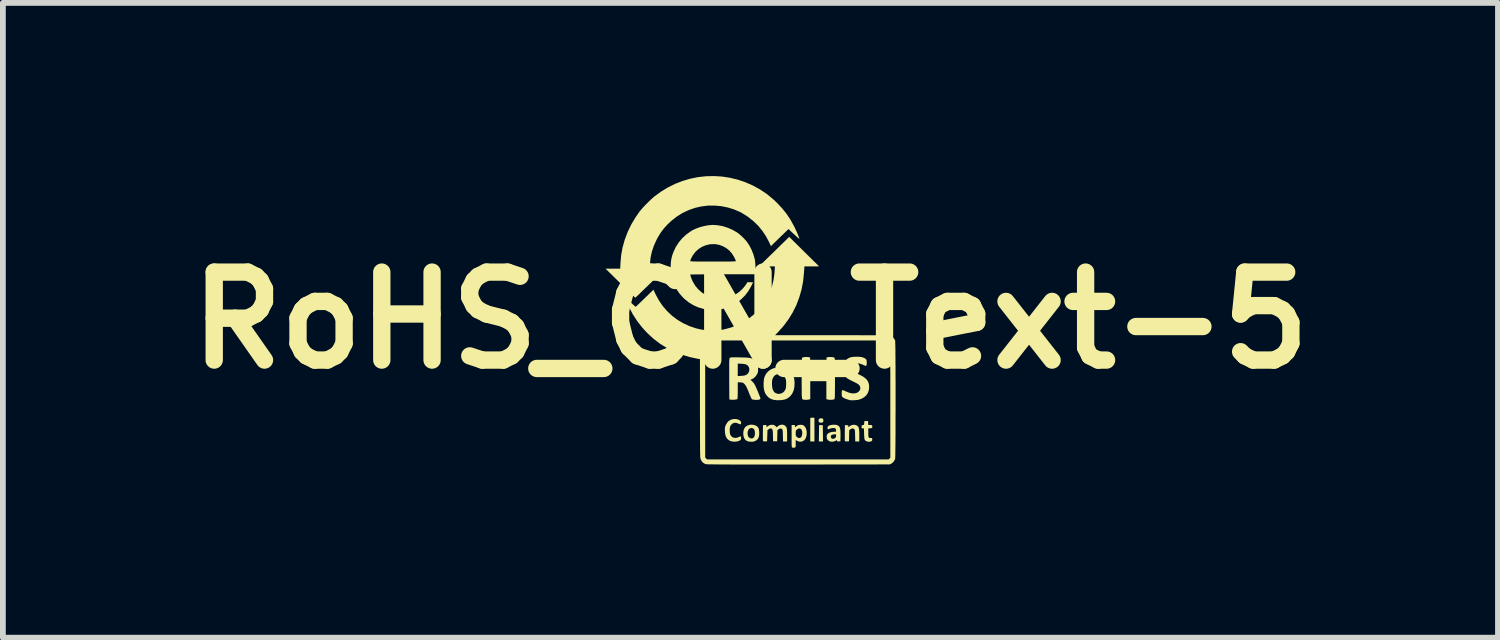
<source format=kicad_pcb>
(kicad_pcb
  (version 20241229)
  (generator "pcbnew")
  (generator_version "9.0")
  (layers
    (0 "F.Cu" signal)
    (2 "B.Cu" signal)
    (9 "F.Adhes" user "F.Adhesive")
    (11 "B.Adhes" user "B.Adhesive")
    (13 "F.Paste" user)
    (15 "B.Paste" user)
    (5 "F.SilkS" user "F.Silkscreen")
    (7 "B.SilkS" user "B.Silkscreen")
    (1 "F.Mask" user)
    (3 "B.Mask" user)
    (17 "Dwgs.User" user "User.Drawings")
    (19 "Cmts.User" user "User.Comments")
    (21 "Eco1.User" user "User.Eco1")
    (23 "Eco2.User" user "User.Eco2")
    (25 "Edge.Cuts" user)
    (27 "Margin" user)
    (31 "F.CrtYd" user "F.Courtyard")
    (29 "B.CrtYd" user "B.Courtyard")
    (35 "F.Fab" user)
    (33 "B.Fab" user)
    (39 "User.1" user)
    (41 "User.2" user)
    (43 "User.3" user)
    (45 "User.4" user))
  (footprint "RoHS_CN_Text-5"
    (layer "F.Cu")
    (at 9.95 2.498)
    (property "Reference" "RoHS_CN_Text-5" (at 0 0 0) (layer "F.SilkS") (effects (font (size 1.524 1.524) (thickness 0.3))))
    (attr board_only exclude_from_pos_files exclude_from_bom)
    (fp_poly (pts (xy 1.257 2.099) (xy 1.185 2.099) (xy 1.189 1.817) (xy 1.253 1.817)) (stroke (width 0) (type solid)) (fill yes) (layer "F.SilkS"))
    (fp_poly (pts (xy 1.091 1.688) (xy 1.108 1.692) (xy 1.108 2.099) (xy 1.036 2.099) (xy 1.036 1.692) (xy 1.055 1.688) (xy 1.075 1.686)) (stroke (width 0) (type solid)) (fill yes) (layer "F.SilkS"))
    (fp_poly (pts (xy 1.246 1.7) (xy 1.258 1.71) (xy 1.263 1.73) (xy 1.263 1.737) (xy 1.261 1.757) (xy 1.252 1.768) (xy 1.251 1.768) (xy 1.231 1.774) (xy 1.209 1.774) (xy 1.192 1.767) (xy 1.189 1.765) (xy 1.182 1.751) (xy 1.179 1.736) (xy 1.184 1.715) (xy 1.199 1.702) (xy 1.223 1.697) (xy 1.223 1.697)) (stroke (width 0) (type solid)) (fill yes) (layer "F.SilkS"))
    (fp_poly (pts (xy 1.815 1.812) (xy 1.844 1.824) (xy 1.85 1.828) (xy 1.862 1.839) (xy 1.871 1.852) (xy 1.877 1.869) (xy 1.881 1.891) (xy 1.884 1.921) (xy 1.885 1.961) (xy 1.885 1.992) (xy 1.885 2.099) (xy 1.815 2.099) (xy 1.813 1.998) (xy 1.812 1.96) (xy 1.811 1.932) (xy 1.809 1.913) (xy 1.807 1.901) (xy 1.804 1.893) (xy 1.799 1.887) (xy 1.795 1.884) (xy 1.776 1.874) (xy 1.756 1.875) (xy 1.734 1.887) (xy 1.732 1.889) (xy 1.711 1.905) (xy 1.709 2) (xy 1.707 2.096) (xy 1.673 2.098) (xy 1.65 2.098) (xy 1.638 2.094) (xy 1.635 2.091) (xy 1.635 2.082) (xy 1.634 2.062) (xy 1.634 2.034) (xy 1.634 1.999) (xy 1.634 1.959) (xy 1.634 1.95) (xy 1.636 1.817) (xy 1.665 1.817) (xy 1.683 1.818) (xy 1.692 1.821) (xy 1.695 1.83) (xy 1.696 1.835) (xy 1.698 1.853) (xy 1.717 1.837) (xy 1.748 1.818) (xy 1.782 1.81)) (stroke (width 0) (type solid)) (fill yes) (layer "F.SilkS"))
    (fp_poly (pts (xy 0.043 1.81) (xy 0.055 1.812) (xy 0.091 1.823) (xy 0.118 1.84) (xy 0.137 1.863) (xy 0.147 1.895) (xy 0.152 1.937) (xy 0.152 1.953) (xy 0.149 2) (xy 0.139 2.036) (xy 0.121 2.064) (xy 0.095 2.085) (xy 0.065 2.098) (xy 0.035 2.104) (xy 0.000203 2.104) (xy -0.034 2.1) (xy -0.047 2.096) (xy -0.08 2.079) (xy -0.103 2.053) (xy -0.118 2.018) (xy -0.124 1.974) (xy -0.125 1.96) (xy -0.123 1.944) (xy -0.05 1.944) (xy -0.049 1.979) (xy -0.048 1.984) (xy -0.039 2.012) (xy -0.021 2.033) (xy 0.001 2.045) (xy 0.026 2.047) (xy 0.046 2.04) (xy 0.062 2.024) (xy 0.073 1.998) (xy 0.078 1.963) (xy 0.078 1.956) (xy 0.074 1.918) (xy 0.064 1.89) (xy 0.046 1.873) (xy 0.02 1.866) (xy 0.013 1.866) (xy -0.011 1.872) (xy -0.03 1.888) (xy -0.043 1.913) (xy -0.05 1.944) (xy -0.123 1.944) (xy -0.12 1.912) (xy -0.106 1.873) (xy -0.084 1.844) (xy -0.051 1.823) (xy -0.017 1.812) (xy 0.014 1.808)) (stroke (width 0) (type solid)) (fill yes) (layer "F.SilkS"))
    (fp_poly (pts (xy 2.041 1.814) (xy 2.073 1.814) (xy 2.093 1.815) (xy 2.103 1.818) (xy 2.108 1.825) (xy 2.109 1.83) (xy 2.112 1.85) (xy 2.108 1.862) (xy 2.093 1.869) (xy 2.074 1.871) (xy 2.041 1.873) (xy 2.041 1.946) (xy 2.041 1.984) (xy 2.043 2.01) (xy 2.048 2.027) (xy 2.056 2.037) (xy 2.067 2.04) (xy 2.082 2.039) (xy 2.098 2.039) (xy 2.106 2.043) (xy 2.109 2.051) (xy 2.11 2.069) (xy 2.109 2.079) (xy 2.098 2.093) (xy 2.079 2.102) (xy 2.054 2.105) (xy 2.027 2.102) (xy 2.011 2.096) (xy 1.997 2.089) (xy 1.987 2.081) (xy 1.98 2.07) (xy 1.975 2.054) (xy 1.972 2.03) (xy 1.97 1.996) (xy 1.969 1.97) (xy 1.966 1.875) (xy 1.945 1.873) (xy 1.931 1.871) (xy 1.925 1.866) (xy 1.925 1.853) (xy 1.925 1.844) (xy 1.927 1.827) (xy 1.932 1.819) (xy 1.943 1.816) (xy 1.948 1.815) (xy 1.96 1.813) (xy 1.966 1.808) (xy 1.969 1.796) (xy 1.971 1.779) (xy 1.973 1.746) (xy 2.037 1.746)) (stroke (width 0) (type solid)) (fill yes) (layer "F.SilkS"))
    (fp_poly (pts (xy -0.228 1.715) (xy -0.2 1.725) (xy -0.178 1.74) (xy -0.165 1.758) (xy -0.162 1.773) (xy -0.164 1.793) (xy -0.17 1.802) (xy -0.183 1.801) (xy -0.204 1.792) (xy -0.241 1.778) (xy -0.275 1.776) (xy -0.306 1.786) (xy -0.331 1.807) (xy -0.347 1.83) (xy -0.354 1.849) (xy -0.358 1.871) (xy -0.359 1.9) (xy -0.359 1.911) (xy -0.357 1.95) (xy -0.35 1.98) (xy -0.337 2.003) (xy -0.317 2.022) (xy -0.315 2.024) (xy -0.292 2.034) (xy -0.262 2.038) (xy -0.231 2.034) (xy -0.203 2.024) (xy -0.199 2.022) (xy -0.18 2.012) (xy -0.169 2.013) (xy -0.163 2.024) (xy -0.162 2.04) (xy -0.165 2.061) (xy -0.176 2.077) (xy -0.198 2.089) (xy -0.217 2.096) (xy -0.267 2.104) (xy -0.317 2.1) (xy -0.339 2.095) (xy -0.376 2.077) (xy -0.406 2.049) (xy -0.427 2.012) (xy -0.439 1.965) (xy -0.443 1.908) (xy -0.443 1.907) (xy -0.443 1.877) (xy -0.441 1.855) (xy -0.436 1.837) (xy -0.428 1.816) (xy -0.422 1.805) (xy -0.4 1.769) (xy -0.375 1.743) (xy -0.343 1.725) (xy -0.331 1.72) (xy -0.296 1.712) (xy -0.261 1.71)) (stroke (width 0) (type solid)) (fill yes) (layer "F.SilkS"))
    (fp_poly (pts (xy 0.571 1.811) (xy 0.597 1.824) (xy 0.618 1.846) (xy 0.623 1.855) (xy 0.627 1.867) (xy 0.63 1.881) (xy 0.633 1.9) (xy 0.634 1.925) (xy 0.635 1.959) (xy 0.635 1.99) (xy 0.635 2.099) (xy 0.564 2.099) (xy 0.562 1.999) (xy 0.561 1.96) (xy 0.56 1.932) (xy 0.558 1.913) (xy 0.556 1.9) (xy 0.552 1.891) (xy 0.548 1.886) (xy 0.53 1.874) (xy 0.51 1.875) (xy 0.487 1.888) (xy 0.487 1.889) (xy 0.467 1.905) (xy 0.463 2.096) (xy 0.392 2.096) (xy 0.39 2.008) (xy 0.389 1.967) (xy 0.388 1.937) (xy 0.386 1.916) (xy 0.383 1.902) (xy 0.379 1.892) (xy 0.374 1.884) (xy 0.372 1.882) (xy 0.355 1.873) (xy 0.334 1.876) (xy 0.314 1.888) (xy 0.295 1.903) (xy 0.288 2.096) (xy 0.254 2.098) (xy 0.231 2.098) (xy 0.219 2.094) (xy 0.217 2.091) (xy 0.216 2.082) (xy 0.215 2.062) (xy 0.215 2.034) (xy 0.215 1.999) (xy 0.215 1.959) (xy 0.215 1.95) (xy 0.217 1.817) (xy 0.248 1.815) (xy 0.266 1.814) (xy 0.275 1.816) (xy 0.278 1.824) (xy 0.279 1.833) (xy 0.279 1.854) (xy 0.298 1.837) (xy 0.329 1.818) (xy 0.362 1.81) (xy 0.394 1.811) (xy 0.423 1.823) (xy 0.435 1.834) (xy 0.454 1.853) (xy 0.479 1.832) (xy 0.509 1.815) (xy 0.541 1.808)) (stroke (width 0) (type solid)) (fill yes) (layer "F.SilkS"))
    (fp_poly (pts (xy 1.49 1.813) (xy 1.494 1.814) (xy 1.516 1.823) (xy 1.533 1.835) (xy 1.545 1.853) (xy 1.553 1.877) (xy 1.558 1.909) (xy 1.56 1.95) (xy 1.56 2.003) (xy 1.56 2.005) (xy 1.558 2.096) (xy 1.53 2.098) (xy 1.512 2.098) (xy 1.503 2.095) (xy 1.498 2.086) (xy 1.496 2.078) (xy 1.491 2.077) (xy 1.481 2.083) (xy 1.475 2.087) (xy 1.448 2.099) (xy 1.415 2.104) (xy 1.382 2.1) (xy 1.363 2.093) (xy 1.338 2.075) (xy 1.324 2.049) (xy 1.32 2.018) (xy 1.393 2.018) (xy 1.398 2.038) (xy 1.411 2.05) (xy 1.43 2.054) (xy 1.452 2.049) (xy 1.466 2.04) (xy 1.478 2.027) (xy 1.483 2.01) (xy 1.483 2) (xy 1.483 1.974) (xy 1.448 1.977) (xy 1.42 1.981) (xy 1.403 1.99) (xy 1.394 2.003) (xy 1.393 2.018) (xy 1.32 2.018) (xy 1.319 2.015) (xy 1.319 2.013) (xy 1.325 1.984) (xy 1.342 1.961) (xy 1.37 1.945) (xy 1.408 1.935) (xy 1.436 1.932) (xy 1.483 1.929) (xy 1.483 1.907) (xy 1.48 1.889) (xy 1.473 1.876) (xy 1.473 1.876) (xy 1.458 1.868) (xy 1.435 1.866) (xy 1.408 1.869) (xy 1.38 1.876) (xy 1.374 1.879) (xy 1.353 1.887) (xy 1.34 1.886) (xy 1.335 1.875) (xy 1.336 1.858) (xy 1.339 1.843) (xy 1.349 1.832) (xy 1.363 1.824) (xy 1.391 1.815) (xy 1.425 1.81) (xy 1.46 1.809)) (stroke (width 0) (type solid)) (fill yes) (layer "F.SilkS"))
    (fp_poly (pts (xy 0.896 1.812) (xy 0.916 1.819) (xy 0.924 1.824) (xy 0.947 1.848) (xy 0.963 1.88) (xy 0.973 1.918) (xy 0.975 1.96) (xy 0.971 2.001) (xy 0.958 2.039) (xy 0.957 2.042) (xy 0.944 2.065) (xy 0.93 2.08) (xy 0.912 2.091) (xy 0.909 2.093) (xy 0.875 2.103) (xy 0.84 2.102) (xy 0.808 2.089) (xy 0.804 2.086) (xy 0.784 2.072) (xy 0.784 2.137) (xy 0.784 2.166) (xy 0.783 2.185) (xy 0.781 2.196) (xy 0.777 2.202) (xy 0.771 2.204) (xy 0.769 2.205) (xy 0.745 2.208) (xy 0.724 2.205) (xy 0.721 2.203) (xy 0.718 2.199) (xy 0.716 2.191) (xy 0.715 2.178) (xy 0.714 2.159) (xy 0.713 2.132) (xy 0.713 2.096) (xy 0.713 2.049) (xy 0.713 2.008) (xy 0.713 1.958) (xy 0.784 1.958) (xy 0.784 1.982) (xy 0.786 1.998) (xy 0.792 2.009) (xy 0.801 2.019) (xy 0.804 2.022) (xy 0.827 2.037) (xy 0.85 2.041) (xy 0.87 2.032) (xy 0.882 2.02) (xy 0.892 1.997) (xy 0.897 1.968) (xy 0.897 1.937) (xy 0.891 1.909) (xy 0.883 1.893) (xy 0.865 1.877) (xy 0.844 1.873) (xy 0.82 1.882) (xy 0.807 1.892) (xy 0.795 1.903) (xy 0.788 1.913) (xy 0.785 1.926) (xy 0.784 1.947) (xy 0.784 1.958) (xy 0.713 1.958) (xy 0.713 1.814) (xy 0.742 1.814) (xy 0.76 1.814) (xy 0.768 1.818) (xy 0.771 1.826) (xy 0.771 1.833) (xy 0.771 1.852) (xy 0.801 1.832) (xy 0.821 1.819) (xy 0.839 1.813) (xy 0.862 1.811) (xy 0.868 1.811)) (stroke (width 0) (type solid)) (fill yes) (layer "F.SilkS"))
    (fp_poly (pts (xy 0.525 0.818) (xy 0.586 0.826) (xy 0.638 0.844) (xy 0.681 0.871) (xy 0.715 0.907) (xy 0.74 0.952) (xy 0.757 1.007) (xy 0.764 1.071) (xy 0.764 1.095) (xy 0.76 1.162) (xy 0.746 1.222) (xy 0.722 1.273) (xy 0.69 1.315) (xy 0.649 1.348) (xy 0.611 1.367) (xy 0.579 1.376) (xy 0.539 1.382) (xy 0.495 1.385) (xy 0.451 1.384) (xy 0.413 1.38) (xy 0.397 1.377) (xy 0.36 1.365) (xy 0.332 1.35) (xy 0.306 1.33) (xy 0.296 1.319) (xy 0.267 1.285) (xy 0.247 1.245) (xy 0.234 1.199) (xy 0.228 1.144) (xy 0.228 1.108) (xy 0.373 1.108) (xy 0.375 1.147) (xy 0.381 1.182) (xy 0.388 1.203) (xy 0.402 1.23) (xy 0.417 1.249) (xy 0.437 1.261) (xy 0.451 1.267) (xy 0.474 1.274) (xy 0.492 1.275) (xy 0.514 1.272) (xy 0.527 1.269) (xy 0.56 1.255) (xy 0.587 1.229) (xy 0.605 1.199) (xy 0.611 1.182) (xy 0.615 1.162) (xy 0.617 1.138) (xy 0.618 1.104) (xy 0.618 1.101) (xy 0.618 1.069) (xy 0.616 1.045) (xy 0.613 1.027) (xy 0.607 1.009) (xy 0.601 0.997) (xy 0.582 0.965) (xy 0.557 0.943) (xy 0.526 0.933) (xy 0.5 0.931) (xy 0.459 0.936) (xy 0.427 0.951) (xy 0.401 0.978) (xy 0.385 1.007) (xy 0.377 1.034) (xy 0.373 1.069) (xy 0.373 1.108) (xy 0.228 1.108) (xy 0.228 1.087) (xy 0.231 1.047) (xy 0.235 1.015) (xy 0.241 0.989) (xy 0.246 0.976) (xy 0.271 0.927) (xy 0.306 0.886) (xy 0.349 0.854) (xy 0.4 0.832) (xy 0.458 0.819) (xy 0.522 0.818)) (stroke (width 0) (type solid)) (fill yes) (layer "F.SilkS"))
    (fp_poly (pts (xy 1.413 0.638) (xy 1.437 0.641) (xy 1.452 0.646) (xy 1.454 0.648) (xy 1.456 0.651) (xy 1.458 0.657) (xy 1.46 0.668) (xy 1.461 0.683) (xy 1.462 0.705) (xy 1.463 0.734) (xy 1.463 0.771) (xy 1.464 0.817) (xy 1.464 0.873) (xy 1.464 0.94) (xy 1.464 1.007) (xy 1.464 1.086) (xy 1.464 1.153) (xy 1.463 1.208) (xy 1.463 1.254) (xy 1.462 1.29) (xy 1.462 1.318) (xy 1.46 1.339) (xy 1.459 1.353) (xy 1.457 1.362) (xy 1.456 1.366) (xy 1.455 1.366) (xy 1.441 1.372) (xy 1.419 1.376) (xy 1.392 1.378) (xy 1.366 1.377) (xy 1.343 1.374) (xy 1.343 1.374) (xy 1.315 1.366) (xy 1.315 1.056) (xy 1.036 1.056) (xy 1.036 1.366) (xy 1.012 1.373) (xy 0.979 1.378) (xy 0.942 1.378) (xy 0.92 1.375) (xy 0.913 1.374) (xy 0.907 1.372) (xy 0.902 1.369) (xy 0.898 1.364) (xy 0.895 1.355) (xy 0.892 1.342) (xy 0.891 1.324) (xy 0.889 1.299) (xy 0.888 1.267) (xy 0.888 1.226) (xy 0.888 1.175) (xy 0.887 1.115) (xy 0.887 1.042) (xy 0.887 1.007) (xy 0.888 0.93) (xy 0.888 0.864) (xy 0.888 0.81) (xy 0.888 0.765) (xy 0.889 0.729) (xy 0.89 0.701) (xy 0.891 0.681) (xy 0.892 0.666) (xy 0.893 0.656) (xy 0.895 0.65) (xy 0.897 0.648) (xy 0.91 0.642) (xy 0.932 0.638) (xy 0.958 0.636) (xy 0.984 0.636) (xy 1.006 0.638) (xy 1.011 0.639) (xy 1.033 0.645) (xy 1.04 0.93) (xy 1.312 0.93) (xy 1.318 0.645) (xy 1.341 0.639) (xy 1.361 0.636) (xy 1.387 0.636)) (stroke (width 0) (type solid)) (fill yes) (layer "F.SilkS"))
    (fp_poly (pts (xy 1.873 0.632) (xy 1.901 0.634) (xy 1.922 0.637) (xy 1.942 0.642) (xy 1.953 0.646) (xy 1.982 0.659) (xy 2 0.672) (xy 2.01 0.689) (xy 2.014 0.713) (xy 2.015 0.731) (xy 2.014 0.755) (xy 2.011 0.774) (xy 2.008 0.784) (xy 2.006 0.788) (xy 2.002 0.79) (xy 1.996 0.79) (xy 1.985 0.786) (xy 1.967 0.779) (xy 1.94 0.767) (xy 1.927 0.762) (xy 1.889 0.75) (xy 1.85 0.745) (xy 1.813 0.747) (xy 1.784 0.756) (xy 1.76 0.773) (xy 1.746 0.797) (xy 1.743 0.824) (xy 1.749 0.851) (xy 1.761 0.869) (xy 1.769 0.878) (xy 1.778 0.886) (xy 1.788 0.893) (xy 1.802 0.901) (xy 1.822 0.911) (xy 1.85 0.925) (xy 1.887 0.943) (xy 1.892 0.945) (xy 1.946 0.973) (xy 1.988 1.003) (xy 2.019 1.034) (xy 2.04 1.069) (xy 2.052 1.108) (xy 2.056 1.153) (xy 2.051 1.208) (xy 2.035 1.257) (xy 2.008 1.299) (xy 1.97 1.333) (xy 1.922 1.36) (xy 1.874 1.377) (xy 1.854 1.38) (xy 1.827 1.383) (xy 1.796 1.385) (xy 1.766 1.386) (xy 1.741 1.386) (xy 1.723 1.384) (xy 1.72 1.383) (xy 1.711 1.38) (xy 1.693 1.375) (xy 1.67 1.368) (xy 1.667 1.367) (xy 1.634 1.355) (xy 1.608 1.341) (xy 1.601 1.335) (xy 1.59 1.325) (xy 1.584 1.314) (xy 1.582 1.301) (xy 1.581 1.28) (xy 1.581 1.268) (xy 1.581 1.238) (xy 1.585 1.22) (xy 1.593 1.211) (xy 1.607 1.212) (xy 1.629 1.221) (xy 1.65 1.231) (xy 1.7 1.252) (xy 1.749 1.265) (xy 1.793 1.267) (xy 1.832 1.261) (xy 1.864 1.246) (xy 1.888 1.221) (xy 1.892 1.216) (xy 1.903 1.187) (xy 1.901 1.157) (xy 1.892 1.135) (xy 1.88 1.12) (xy 1.863 1.105) (xy 1.838 1.09) (xy 1.804 1.073) (xy 1.775 1.059) (xy 1.718 1.031) (xy 1.674 1.003) (xy 1.64 0.973) (xy 1.616 0.94) (xy 1.601 0.904) (xy 1.594 0.862) (xy 1.594 0.842) (xy 1.596 0.796) (xy 1.606 0.758) (xy 1.623 0.725) (xy 1.648 0.696) (xy 1.677 0.671) (xy 1.705 0.653) (xy 1.738 0.641) (xy 1.777 0.634) (xy 1.824 0.632) (xy 1.836 0.632)) (stroke (width 0) (type solid)) (fill yes) (layer "F.SilkS"))
    (fp_poly (pts (xy -0.495 -2.49) (xy -0.358 -2.469) (xy -0.223 -2.437) (xy -0.09 -2.392) (xy 0.04 -2.335) (xy 0.048 -2.331) (xy 0.171 -2.263) (xy 0.285 -2.186) (xy 0.393 -2.097) (xy 0.463 -2.031) (xy 0.549 -1.939) (xy 0.624 -1.845) (xy 0.691 -1.746) (xy 0.75 -1.639) (xy 0.771 -1.597) (xy 0.788 -1.561) (xy 0.804 -1.525) (xy 0.819 -1.491) (xy 0.831 -1.46) (xy 0.841 -1.435) (xy 0.846 -1.417) (xy 0.847 -1.409) (xy 0.847 -1.409) (xy 0.842 -1.413) (xy 0.829 -1.424) (xy 0.809 -1.441) (xy 0.785 -1.464) (xy 0.756 -1.49) (xy 0.752 -1.493) (xy 0.659 -1.58) (xy 0.506 -1.432) (xy 0.354 -1.284) (xy 0.327 -1.345) (xy 0.272 -1.45) (xy 0.207 -1.548) (xy 0.133 -1.638) (xy 0.048 -1.72) (xy -0.044 -1.793) (xy -0.144 -1.856) (xy -0.186 -1.878) (xy -0.289 -1.922) (xy -0.397 -1.955) (xy -0.509 -1.977) (xy -0.623 -1.987) (xy -0.737 -1.986) (xy -0.85 -1.972) (xy -0.961 -1.947) (xy -0.963 -1.946) (xy -1.074 -1.907) (xy -1.179 -1.857) (xy -1.278 -1.795) (xy -1.371 -1.722) (xy -1.432 -1.665) (xy -1.498 -1.593) (xy -1.554 -1.519) (xy -1.603 -1.439) (xy -1.629 -1.39) (xy -1.674 -1.289) (xy -1.707 -1.191) (xy -1.729 -1.092) (xy -1.74 -0.99) (xy -1.741 -0.973) (xy -1.744 -0.894) (xy -1.611 -0.892) (xy -1.478 -0.891) (xy -1.734 -0.641) (xy -1.782 -0.595) (xy -1.827 -0.551) (xy -1.869 -0.511) (xy -1.906 -0.475) (xy -1.937 -0.444) (xy -1.963 -0.42) (xy -1.982 -0.402) (xy -1.992 -0.392) (xy -1.994 -0.391) (xy -2 -0.395) (xy -2.013 -0.407) (xy -2.034 -0.427) (xy -2.062 -0.454) (xy -2.096 -0.486) (xy -2.134 -0.524) (xy -2.177 -0.566) (xy -2.223 -0.611) (xy -2.254 -0.641) (xy -2.51 -0.894) (xy -2.256 -0.894) (xy -2.252 -0.986) (xy -2.24 -1.126) (xy -2.215 -1.263) (xy -2.177 -1.398) (xy -2.127 -1.53) (xy -2.065 -1.659) (xy -1.991 -1.783) (xy -1.922 -1.882) (xy -1.893 -1.917) (xy -1.856 -1.959) (xy -1.815 -2.002) (xy -1.771 -2.047) (xy -1.727 -2.089) (xy -1.686 -2.126) (xy -1.662 -2.146) (xy -1.547 -2.23) (xy -1.427 -2.303) (xy -1.303 -2.364) (xy -1.174 -2.414) (xy -1.041 -2.453) (xy -0.906 -2.48) (xy -0.77 -2.495) (xy -0.632 -2.498)) (stroke (width 0) (type solid)) (fill yes) (layer "F.SilkS"))
    (fp_poly (pts (xy -0.24 0.642) (xy -0.192 0.643) (xy -0.188 0.643) (xy -0.132 0.644) (xy -0.086 0.645) (xy -0.05 0.648) (xy -0.022 0.651) (xy 0.002 0.656) (xy 0.021 0.663) (xy 0.039 0.672) (xy 0.057 0.684) (xy 0.066 0.69) (xy 0.097 0.719) (xy 0.118 0.756) (xy 0.13 0.801) (xy 0.133 0.842) (xy 0.132 0.872) (xy 0.13 0.894) (xy 0.124 0.913) (xy 0.115 0.934) (xy 0.088 0.974) (xy 0.053 1.005) (xy 0.023 1.021) (xy -0.001 1.031) (xy 0.027 1.056) (xy 0.047 1.076) (xy 0.065 1.1) (xy 0.072 1.112) (xy 0.083 1.133) (xy 0.096 1.161) (xy 0.11 1.193) (xy 0.125 1.228) (xy 0.139 1.263) (xy 0.152 1.295) (xy 0.163 1.323) (xy 0.17 1.344) (xy 0.174 1.357) (xy 0.174 1.359) (xy 0.166 1.367) (xy 0.151 1.375) (xy 0.149 1.375) (xy 0.129 1.378) (xy 0.103 1.379) (xy 0.076 1.378) (xy 0.051 1.375) (xy 0.031 1.371) (xy 0.023 1.366) (xy 0.018 1.357) (xy 0.009 1.339) (xy -0.003 1.312) (xy -0.017 1.28) (xy -0.029 1.248) (xy -0.047 1.205) (xy -0.061 1.172) (xy -0.074 1.147) (xy -0.085 1.128) (xy -0.097 1.113) (xy -0.1 1.109) (xy -0.115 1.094) (xy -0.127 1.084) (xy -0.14 1.08) (xy -0.159 1.077) (xy -0.174 1.076) (xy -0.22 1.074) (xy -0.22 1.216) (xy -0.22 1.265) (xy -0.221 1.302) (xy -0.222 1.329) (xy -0.223 1.347) (xy -0.226 1.359) (xy -0.228 1.365) (xy -0.229 1.366) (xy -0.241 1.371) (xy -0.262 1.374) (xy -0.287 1.377) (xy -0.313 1.377) (xy -0.336 1.376) (xy -0.347 1.375) (xy -0.366 1.37) (xy -0.368 1.018) (xy -0.368 0.941) (xy -0.368 0.876) (xy -0.368 0.822) (xy -0.368 0.777) (xy -0.368 0.75) (xy -0.22 0.75) (xy -0.22 0.967) (xy -0.158 0.963) (xy -0.123 0.96) (xy -0.098 0.955) (xy -0.078 0.948) (xy -0.07 0.944) (xy -0.044 0.924) (xy -0.028 0.897) (xy -0.02 0.867) (xy -0.02 0.836) (xy -0.03 0.807) (xy -0.048 0.783) (xy -0.067 0.77) (xy -0.087 0.762) (xy -0.114 0.757) (xy -0.15 0.753) (xy -0.157 0.753) (xy -0.22 0.75) (xy -0.368 0.75) (xy -0.368 0.742) (xy -0.367 0.714) (xy -0.366 0.693) (xy -0.365 0.678) (xy -0.364 0.667) (xy -0.362 0.66) (xy -0.36 0.655) (xy -0.358 0.653) (xy -0.354 0.649) (xy -0.348 0.646) (xy -0.339 0.644) (xy -0.326 0.643) (xy -0.306 0.642) (xy -0.278 0.642)) (stroke (width 0) (type solid)) (fill yes) (layer "F.SilkS"))
    (fp_poly (pts (xy -0.565 -1.646) (xy -0.479 -1.63) (xy -0.394 -1.603) (xy -0.313 -1.568) (xy -0.238 -1.525) (xy -0.23 -1.52) (xy -0.197 -1.495) (xy -0.159 -1.462) (xy -0.121 -1.426) (xy -0.087 -1.389) (xy -0.058 -1.355) (xy -0.058 -1.354) (xy -0.016 -1.29) (xy 0.021 -1.218) (xy 0.051 -1.141) (xy 0.073 -1.063) (xy 0.078 -1.036) (xy 0.082 -1.01) (xy 0.084 -0.977) (xy 0.086 -0.94) (xy 0.087 -0.902) (xy 0.086 -0.867) (xy 0.085 -0.837) (xy 0.083 -0.817) (xy 0.082 -0.815) (xy 0.077 -0.797) (xy -0.483 -0.797) (xy -0.567 -0.797) (xy -0.647 -0.797) (xy -0.722 -0.796) (xy -0.792 -0.796) (xy -0.855 -0.795) (xy -0.911 -0.795) (xy -0.958 -0.794) (xy -0.995 -0.794) (xy -1.023 -0.793) (xy -1.039 -0.792) (xy -1.043 -0.791) (xy -1.04 -0.777) (xy -1.033 -0.754) (xy -1.023 -0.726) (xy -1.011 -0.696) (xy -0.998 -0.668) (xy -0.997 -0.667) (xy -0.955 -0.596) (xy -0.903 -0.535) (xy -0.842 -0.481) (xy -0.772 -0.438) (xy -0.695 -0.404) (xy -0.687 -0.401) (xy -0.614 -0.383) (xy -0.538 -0.376) (xy -0.461 -0.379) (xy -0.386 -0.393) (xy -0.322 -0.415) (xy -0.255 -0.45) (xy -0.191 -0.494) (xy -0.135 -0.547) (xy -0.088 -0.604) (xy -0.085 -0.609) (xy -0.072 -0.629) (xy -0.062 -0.645) (xy -0.057 -0.654) (xy -0.057 -0.654) (xy -0.05 -0.658) (xy -0.031 -0.66) (xy -0.005 -0.659) (xy 0.045 -0.658) (xy 0.013 -0.592) (xy -0.035 -0.508) (xy -0.093 -0.431) (xy -0.16 -0.364) (xy -0.234 -0.305) (xy -0.316 -0.257) (xy -0.403 -0.22) (xy -0.495 -0.194) (xy -0.509 -0.191) (xy -0.538 -0.186) (xy -0.575 -0.183) (xy -0.614 -0.18) (xy -0.652 -0.178) (xy -0.685 -0.178) (xy -0.71 -0.179) (xy -0.713 -0.179) (xy -0.813 -0.197) (xy -0.905 -0.224) (xy -0.989 -0.261) (xy -1.067 -0.309) (xy -1.14 -0.367) (xy -1.174 -0.4) (xy -1.233 -0.468) (xy -1.282 -0.54) (xy -1.322 -0.619) (xy -1.354 -0.706) (xy -1.365 -0.744) (xy -1.372 -0.77) (xy -1.376 -0.794) (xy -1.379 -0.818) (xy -1.381 -0.847) (xy -1.382 -0.882) (xy -1.382 -0.91) (xy -1.381 -0.975) (xy -1.376 -1.028) (xy -1.043 -1.028) (xy -1.042 -1.025) (xy -1.039 -1.024) (xy -1.033 -1.022) (xy -1.023 -1.021) (xy -1.007 -1.02) (xy -0.986 -1.019) (xy -0.957 -1.018) (xy -0.921 -1.018) (xy -0.876 -1.017) (xy -0.821 -1.017) (xy -0.756 -1.017) (xy -0.678 -1.017) (xy -0.648 -1.017) (xy -0.565 -1.017) (xy -0.494 -1.017) (xy -0.435 -1.017) (xy -0.385 -1.018) (xy -0.345 -1.018) (xy -0.314 -1.019) (xy -0.29 -1.02) (xy -0.273 -1.021) (xy -0.262 -1.022) (xy -0.255 -1.024) (xy -0.253 -1.026) (xy -0.253 -1.026) (xy -0.255 -1.035) (xy -0.263 -1.053) (xy -0.274 -1.077) (xy -0.282 -1.093) (xy -0.319 -1.154) (xy -0.365 -1.207) (xy -0.419 -1.25) (xy -0.48 -1.284) (xy -0.544 -1.307) (xy -0.613 -1.319) (xy -0.683 -1.318) (xy -0.704 -1.316) (xy -0.776 -1.299) (xy -0.842 -1.271) (xy -0.902 -1.232) (xy -0.954 -1.184) (xy -0.998 -1.126) (xy -1.021 -1.084) (xy -1.031 -1.061) (xy -1.039 -1.042) (xy -1.043 -1.029) (xy -1.043 -1.028) (xy -1.376 -1.028) (xy -1.375 -1.032) (xy -1.366 -1.084) (xy -1.351 -1.137) (xy -1.333 -1.185) (xy -1.293 -1.27) (xy -1.242 -1.349) (xy -1.181 -1.422) (xy -1.11 -1.487) (xy -1.032 -1.543) (xy -0.998 -1.563) (xy -0.944 -1.588) (xy -0.882 -1.611) (xy -0.815 -1.629) (xy -0.747 -1.643) (xy -0.683 -1.65) (xy -0.648 -1.652)) (stroke (width 0) (type solid)) (fill yes) (layer "F.SilkS"))
    (fp_poly (pts (xy 0.93 -1.189) (xy 1.189 -0.934) (xy 1.062 -0.933) (xy 0.935 -0.933) (xy 0.927 -0.82) (xy 0.912 -0.672) (xy 0.884 -0.529) (xy 0.844 -0.392) (xy 0.794 -0.26) (xy 0.731 -0.134) (xy 0.657 -0.014) (xy 0.572 0.1) (xy 0.484 0.199) (xy 0.426 0.259) (xy 1.416 0.259) (xy 1.549 0.259) (xy 1.669 0.259) (xy 1.778 0.259) (xy 1.875 0.259) (xy 1.962 0.26) (xy 2.039 0.26) (xy 2.107 0.26) (xy 2.166 0.26) (xy 2.218 0.261) (xy 2.262 0.261) (xy 2.299 0.261) (xy 2.33 0.262) (xy 2.355 0.263) (xy 2.376 0.263) (xy 2.392 0.264) (xy 2.405 0.265) (xy 2.414 0.266) (xy 2.422 0.268) (xy 2.427 0.269) (xy 2.431 0.271) (xy 2.433 0.271) (xy 2.461 0.29) (xy 2.486 0.315) (xy 2.503 0.344) (xy 2.507 0.354) (xy 2.508 0.364) (xy 2.508 0.386) (xy 2.509 0.42) (xy 2.51 0.463) (xy 2.511 0.516) (xy 2.511 0.578) (xy 2.512 0.647) (xy 2.512 0.723) (xy 2.513 0.805) (xy 2.513 0.893) (xy 2.513 0.985) (xy 2.514 1.08) (xy 2.514 1.178) (xy 2.514 1.277) (xy 2.514 1.378) (xy 2.514 1.478) (xy 2.514 1.578) (xy 2.513 1.675) (xy 2.513 1.771) (xy 2.513 1.863) (xy 2.513 1.95) (xy 2.512 2.033) (xy 2.512 2.109) (xy 2.511 2.179) (xy 2.51 2.24) (xy 2.51 2.294) (xy 2.509 2.338) (xy 2.508 2.371) (xy 2.507 2.393) (xy 2.506 2.404) (xy 2.506 2.404) (xy 2.487 2.44) (xy 2.46 2.47) (xy 2.44 2.483) (xy 2.413 2.497) (xy 0.829 2.499) (xy 0.656 2.499) (xy 0.496 2.499) (xy 0.348 2.499) (xy 0.211 2.499) (xy 0.086 2.499) (xy -0.029 2.499) (xy -0.134 2.499) (xy -0.229 2.499) (xy -0.314 2.499) (xy -0.391 2.498) (xy -0.459 2.498) (xy -0.519 2.498) (xy -0.571 2.497) (xy -0.617 2.497) (xy -0.656 2.496) (xy -0.688 2.496) (xy -0.715 2.495) (xy -0.737 2.495) (xy -0.753 2.494) (xy -0.766 2.493) (xy -0.774 2.492) (xy -0.779 2.491) (xy -0.779 2.491) (xy -0.816 2.472) (xy -0.844 2.443) (xy -0.863 2.405) (xy -0.865 2.401) (xy -0.866 2.395) (xy -0.867 2.386) (xy -0.868 2.378) (xy -0.784 2.378) (xy -0.768 2.394) (xy -0.752 2.41) (xy 2.393 2.41) (xy 2.423 2.382) (xy 2.423 1.38) (xy 2.423 1.246) (xy 2.423 1.124) (xy 2.423 1.014) (xy 2.423 0.915) (xy 2.422 0.827) (xy 2.422 0.748) (xy 2.422 0.679) (xy 2.422 0.619) (xy 2.421 0.567) (xy 2.421 0.522) (xy 2.42 0.485) (xy 2.42 0.454) (xy 2.419 0.428) (xy 2.418 0.408) (xy 2.417 0.393) (xy 2.416 0.381) (xy 2.415 0.373) (xy 2.414 0.368) (xy 2.413 0.364) (xy 2.413 0.364) (xy 2.403 0.35) (xy -0.757 0.35) (xy -0.77 0.367) (xy -0.784 0.384) (xy -0.784 2.378) (xy -0.868 2.378) (xy -0.869 2.375) (xy -0.87 2.36) (xy -0.871 2.34) (xy -0.871 2.316) (xy -0.872 2.285) (xy -0.873 2.248) (xy -0.873 2.205) (xy -0.873 2.153) (xy -0.874 2.094) (xy -0.874 2.025) (xy -0.874 1.946) (xy -0.874 1.858) (xy -0.874 1.758) (xy -0.875 1.646) (xy -0.875 1.523) (xy -0.875 0.674) (xy -0.899 0.67) (xy -1.041 0.64) (xy -1.174 0.602) (xy -1.298 0.554) (xy -1.318 0.546) (xy -1.444 0.482) (xy -1.564 0.408) (xy -1.676 0.323) (xy -1.78 0.229) (xy -1.875 0.126) (xy -1.961 0.015) (xy -2.038 -0.103) (xy -2.104 -0.229) (xy -2.149 -0.333) (xy -2.158 -0.358) (xy -2.165 -0.378) (xy -2.169 -0.39) (xy -2.169 -0.392) (xy -2.164 -0.389) (xy -2.15 -0.378) (xy -2.131 -0.361) (xy -2.106 -0.339) (xy -2.079 -0.314) (xy -2.051 -0.288) (xy -2.027 -0.266) (xy -2.007 -0.249) (xy -1.994 -0.237) (xy -1.989 -0.233) (xy -1.983 -0.238) (xy -1.97 -0.25) (xy -1.949 -0.269) (xy -1.923 -0.294) (xy -1.892 -0.324) (xy -1.857 -0.358) (xy -1.833 -0.381) (xy -1.681 -0.529) (xy -1.643 -0.449) (xy -1.586 -0.344) (xy -1.519 -0.246) (xy -1.443 -0.158) (xy -1.358 -0.078) (xy -1.265 -0.008) (xy -1.165 0.051) (xy -1.058 0.101) (xy -0.945 0.139) (xy -0.875 0.156) (xy -0.849 0.161) (xy -0.825 0.165) (xy -0.799 0.168) (xy -0.77 0.17) (xy -0.734 0.171) (xy -0.689 0.171) (xy -0.667 0.171) (xy -0.618 0.171) (xy -0.579 0.171) (xy -0.547 0.169) (xy -0.52 0.167) (xy -0.495 0.164) (xy -0.469 0.16) (xy -0.455 0.157) (xy -0.341 0.127) (xy -0.232 0.086) (xy -0.128 0.034) (xy -0.031 -0.028) (xy 0.059 -0.1) (xy 0.14 -0.181) (xy 0.213 -0.271) (xy 0.276 -0.368) (xy 0.301 -0.414) (xy 0.343 -0.506) (xy 0.375 -0.597) (xy 0.398 -0.69) (xy 0.413 -0.788) (xy 0.419 -0.86) (xy 0.423 -0.933) (xy 0.147 -0.933) (xy 0.318 -1.099) (xy 0.362 -1.142) (xy 0.407 -1.186) (xy 0.452 -1.23) (xy 0.494 -1.271) (xy 0.532 -1.309) (xy 0.564 -1.34) (xy 0.58 -1.355) (xy 0.671 -1.445)) (stroke (width 0) (type solid)) (fill yes) (layer "F.SilkS")))
  (gr_rect
    (start -3 -3)
    (end 22.899 7.997)
    (stroke (width 0.1) (type default))
    (fill no)
    (layer "Edge.Cuts")))
</source>
